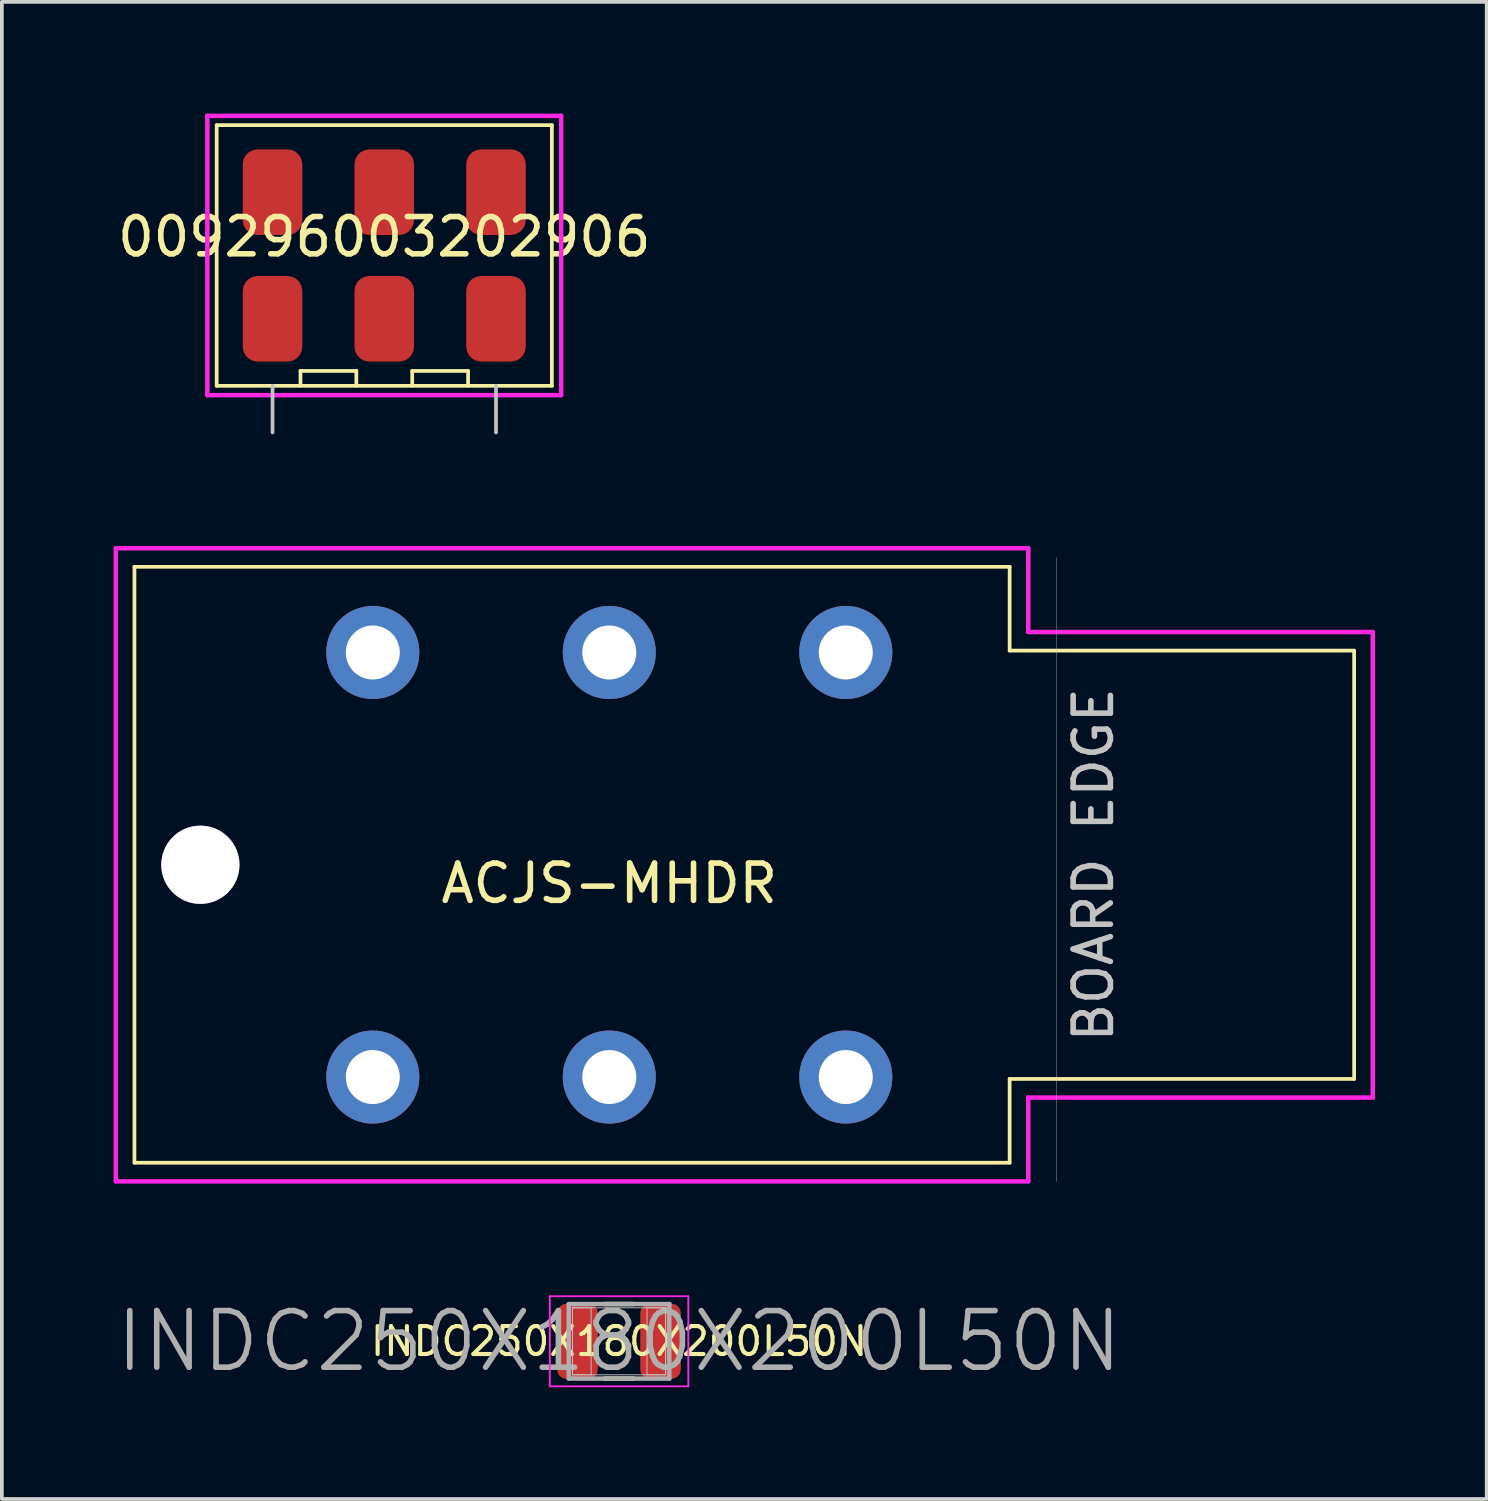
<source format=kicad_pcb>
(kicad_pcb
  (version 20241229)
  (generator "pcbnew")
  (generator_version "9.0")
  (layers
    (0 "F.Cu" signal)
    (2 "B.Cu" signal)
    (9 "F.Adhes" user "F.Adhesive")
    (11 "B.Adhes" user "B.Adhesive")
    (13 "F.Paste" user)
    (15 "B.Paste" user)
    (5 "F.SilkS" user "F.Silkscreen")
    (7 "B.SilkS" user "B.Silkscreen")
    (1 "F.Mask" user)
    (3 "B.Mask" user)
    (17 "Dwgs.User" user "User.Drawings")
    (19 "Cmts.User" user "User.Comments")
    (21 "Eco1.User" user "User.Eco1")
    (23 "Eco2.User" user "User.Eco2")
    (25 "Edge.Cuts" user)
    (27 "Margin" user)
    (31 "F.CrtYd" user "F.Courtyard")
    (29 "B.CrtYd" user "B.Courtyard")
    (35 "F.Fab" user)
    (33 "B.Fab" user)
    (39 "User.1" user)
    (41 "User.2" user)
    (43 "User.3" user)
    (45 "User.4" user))
  (footprint "ACJS-MHDR"
    (layer "F.Cu")
    (at 13.31 20.17)
    (property "Reference" "ACJS-MHDR" (at 0 0.5 0) (layer "F.SilkS") (effects (font (size 1 1) (thickness 0.15))))
    (attr through_hole)
    (fp_line (start -12.75 -8) (end 10.75 -8) (stroke (width 0.1) (type solid)) (layer "F.SilkS"))
    (fp_line (start -12.75 8) (end -12.75 -8) (stroke (width 0.1) (type solid)) (layer "F.SilkS"))
    (fp_line (start -12.75 8) (end 10.75 8) (stroke (width 0.1) (type solid)) (layer "F.SilkS"))
    (fp_line (start 10.75 -5.75) (end 10.75 -8) (stroke (width 0.1) (type solid)) (layer "F.SilkS"))
    (fp_line (start 10.75 -5.75) (end 20 -5.75) (stroke (width 0.1) (type solid)) (layer "F.SilkS"))
    (fp_line (start 10.75 5.75) (end 20 5.75) (stroke (width 0.1) (type solid)) (layer "F.SilkS"))
    (fp_line (start 10.75 8) (end 10.75 5.75) (stroke (width 0.1) (type solid)) (layer "F.SilkS"))
    (fp_line (start 20 -5.75) (end 20 5.75) (stroke (width 0.1) (type solid)) (layer "F.SilkS"))
    (fp_line (start 12 8.5) (end 12 -8.25) (stroke (width 0.01) (type solid)) (layer "Dwgs.User"))
    (fp_line (start -13.25 -8.5) (end -13.25 8.5) (stroke (width 0.12) (type solid)) (layer "F.CrtYd"))
    (fp_line (start -13.25 8.5) (end 11.25 8.5) (stroke (width 0.12) (type solid)) (layer "F.CrtYd"))
    (fp_line (start 11.25 -8.5) (end -13.25 -8.5) (stroke (width 0.12) (type solid)) (layer "F.CrtYd"))
    (fp_line (start 11.25 -6.25) (end 11.25 -8.5) (stroke (width 0.12) (type solid)) (layer "F.CrtYd"))
    (fp_line (start 11.25 6.25) (end 20.5 6.25) (stroke (width 0.12) (type solid)) (layer "F.CrtYd"))
    (fp_line (start 11.25 8.5) (end 11.25 6.25) (stroke (width 0.12) (type solid)) (layer "F.CrtYd"))
    (fp_line (start 20.5 -6.25) (end 11.25 -6.25) (stroke (width 0.12) (type solid)) (layer "F.CrtYd"))
    (fp_line (start 20.5 6.25) (end 20.5 -6.25) (stroke (width 0.12) (type solid)) (layer "F.CrtYd"))
    (fp_text user "BOARD EDGE" (at 13 0 90) (layer "Dwgs.User") (effects (font (size 1 1) (thickness 0.15))))
    (pad "1" thru_hole circle (at 6.35 5.7) (size 2.5 2.5) (drill 1.45) (layers "*.Cu" "*.Mask"))
    (pad "2" thru_hole circle (at 0 5.7) (size 2.5 2.5) (drill 1.45) (layers "*.Cu" "*.Mask"))
    (pad "3" thru_hole circle (at -6.35 5.7) (size 2.5 2.5) (drill 1.45) (layers "*.Cu" "*.Mask"))
    (pad "4" thru_hole circle (at 6.35 -5.7) (size 2.5 2.5) (drill 1.45) (layers "*.Cu" "*.Mask"))
    (pad "5" thru_hole circle (at 0 -5.7) (size 2.5 2.5) (drill 1.45) (layers "*.Cu" "*.Mask"))
    (pad "6" thru_hole circle (at -6.35 -5.7) (size 2.5 2.5) (drill 1.45) (layers "*.Cu" "*.Mask"))
    (pad "~" thru_hole circle (at -10.98 0) (size 2.1 2.1) (drill 2.1) (layers "*.Cu" "*.Mask")))
  (footprint "INDC250X180X200L50N"
    (layer "F.Cu")
    (at 13.572 32.965)
    (property "Reference" "INDC250X180X200L50N" (at 0 0 0) (layer "F.SilkS") (effects (font (size 0.75 0.75) (thickness 0.11))))
    (attr smd)
    (fp_line (start -0.39 -1) (end 0.39 -1) (stroke (width 0.12) (type solid)) (layer "F.SilkS"))
    (fp_line (start -0.39 1) (end 0.39 1) (stroke (width 0.12) (type solid)) (layer "F.SilkS"))
    (fp_line (start -1.25 -0.9) (end -0.75 -0.9) (stroke (width 0.025) (type solid)) (layer "Dwgs.User"))
    (fp_line (start -1.25 -0.9) (end 1.25 -0.9) (stroke (width 0.025) (type solid)) (layer "Dwgs.User"))
    (fp_line (start -1.25 0.9) (end -1.25 -0.9) (stroke (width 0.025) (type solid)) (layer "Dwgs.User"))
    (fp_line (start -1.25 0.9) (end -1.25 -0.9) (stroke (width 0.025) (type solid)) (layer "Dwgs.User"))
    (fp_line (start -0.75 -0.9) (end -0.75 0.9) (stroke (width 0.025) (type solid)) (layer "Dwgs.User"))
    (fp_line (start -0.75 0.9) (end -1.25 0.9) (stroke (width 0.025) (type solid)) (layer "Dwgs.User"))
    (fp_line (start 0.75 -0.9) (end 1.25 -0.9) (stroke (width 0.025) (type solid)) (layer "Dwgs.User"))
    (fp_line (start 0.75 0.9) (end 0.75 -0.9) (stroke (width 0.025) (type solid)) (layer "Dwgs.User"))
    (fp_line (start 1.25 -0.9) (end 1.25 0.9) (stroke (width 0.025) (type solid)) (layer "Dwgs.User"))
    (fp_line (start 1.25 -0.9) (end 1.25 0.9) (stroke (width 0.025) (type solid)) (layer "Dwgs.User"))
    (fp_line (start 1.25 0.9) (end -1.25 0.9) (stroke (width 0.025) (type solid)) (layer "Dwgs.User"))
    (fp_line (start 1.25 0.9) (end 0.75 0.9) (stroke (width 0.025) (type solid)) (layer "Dwgs.User"))
    (fp_line (start -1.86 -1.21) (end 1.86 -1.21) (stroke (width 0.05) (type solid)) (layer "F.CrtYd"))
    (fp_line (start -1.86 1.21) (end -1.86 -1.21) (stroke (width 0.05) (type solid)) (layer "F.CrtYd"))
    (fp_line (start 1.86 -1.21) (end 1.86 1.21) (stroke (width 0.05) (type solid)) (layer "F.CrtYd"))
    (fp_line (start 1.86 1.21) (end -1.86 1.21) (stroke (width 0.05) (type solid)) (layer "F.CrtYd"))
    (fp_line (start -1.35 -1) (end 1.35 -1) (stroke (width 0.12) (type solid)) (layer "F.Fab"))
    (fp_line (start -1.35 1) (end -1.35 -1) (stroke (width 0.12) (type solid)) (layer "F.Fab"))
    (fp_line (start 1.35 -1) (end 1.35 1) (stroke (width 0.12) (type solid)) (layer "F.Fab"))
    (fp_line (start 1.35 1) (end -1.35 1) (stroke (width 0.12) (type solid)) (layer "F.Fab"))
    (fp_text user "${REFERENCE}" (at 0 0 0) (layer "F.Fab") (effects (font (size 1.52 1.52) (thickness 0.15))))
    (pad "1" smd roundrect (at -1.115 0) (size 1.09 2.02) (layers "F.Cu" "F.Mask" "F.Paste") (roundrect_rratio 0.229))
    (pad "2" smd roundrect (at 1.115 0) (size 1.09 2.02) (layers "F.Cu" "F.Mask" "F.Paste") (roundrect_rratio 0.229)))
  (footprint "009296003202906"
    (layer "F.Cu")
    (at 7.268 3.81)
    (property "Reference" "009296003202906" (at 0 -0.5 0) (layer "F.SilkS") (effects (font (size 1 1) (thickness 0.15))))
    (attr through_hole)
    (fp_line (start -4.5 -3.5) (end -4.5 3.5) (stroke (width 0.1) (type solid)) (layer "F.SilkS"))
    (fp_line (start -4.5 -3.5) (end 4.5 -3.5) (stroke (width 0.1) (type solid)) (layer "F.SilkS"))
    (fp_line (start -2.25 3.1) (end -0.75 3.1) (stroke (width 0.1) (type solid)) (layer "F.SilkS"))
    (fp_line (start -2.25 3.5) (end -2.25 3.1) (stroke (width 0.1) (type solid)) (layer "F.SilkS"))
    (fp_line (start -0.75 3.1) (end -0.75 3.5) (stroke (width 0.1) (type solid)) (layer "F.SilkS"))
    (fp_line (start 0.75 3.1) (end 2.25 3.1) (stroke (width 0.1) (type solid)) (layer "F.SilkS"))
    (fp_line (start 0.75 3.5) (end 0.75 3.1) (stroke (width 0.1) (type solid)) (layer "F.SilkS"))
    (fp_line (start 2.25 3.1) (end 2.25 3.5) (stroke (width 0.1) (type solid)) (layer "F.SilkS"))
    (fp_line (start 4.5 -3.5) (end 4.5 3.5) (stroke (width 0.1) (type solid)) (layer "F.SilkS"))
    (fp_line (start 4.5 3.5) (end -4.5 3.5) (stroke (width 0.1) (type solid)) (layer "F.SilkS"))
    (fp_line (start -3 3.5) (end -3 4.75) (stroke (width 0.1) (type solid)) (layer "Dwgs.User"))
    (fp_line (start 3 3.5) (end 3 4.75) (stroke (width 0.1) (type solid)) (layer "Dwgs.User"))
    (fp_line (start -4.75 -3.75) (end -4.75 3.75) (stroke (width 0.12) (type solid)) (layer "F.CrtYd"))
    (fp_line (start -4.75 3.75) (end 4.75 3.75) (stroke (width 0.12) (type solid)) (layer "F.CrtYd"))
    (fp_line (start 4.75 -3.75) (end -4.75 -3.75) (stroke (width 0.12) (type solid)) (layer "F.CrtYd"))
    (fp_line (start 4.75 3.75) (end 4.75 -3.75) (stroke (width 0.12) (type solid)) (layer "F.CrtYd"))
    (pad "1" smd roundrect (at -3 -1.7) (size 1.6 2.3) (layers "F.Cu" "F.Mask" "F.Paste") (roundrect_rratio 0.25))
    (pad "1" smd roundrect (at -3 1.7) (size 1.6 2.3) (layers "F.Cu" "F.Mask" "F.Paste") (roundrect_rratio 0.25))
    (pad "2" smd roundrect (at 0 -1.7) (size 1.6 2.3) (layers "F.Cu" "F.Mask" "F.Paste") (roundrect_rratio 0.25))
    (pad "2" smd roundrect (at 0 1.7) (size 1.6 2.3) (layers "F.Cu" "F.Mask" "F.Paste") (roundrect_rratio 0.25))
    (pad "3" smd roundrect (at 3 -1.7) (size 1.6 2.3) (layers "F.Cu" "F.Mask" "F.Paste") (roundrect_rratio 0.25))
    (pad "3" smd roundrect (at 3 1.7) (size 1.6 2.3) (layers "F.Cu" "F.Mask" "F.Paste") (roundrect_rratio 0.25)))
  (gr_rect
    (start -3 -3)
    (end 36.87 37.2)
    (stroke (width 0.1) (type default))
    (fill no)
    (layer "Edge.Cuts")))
</source>
